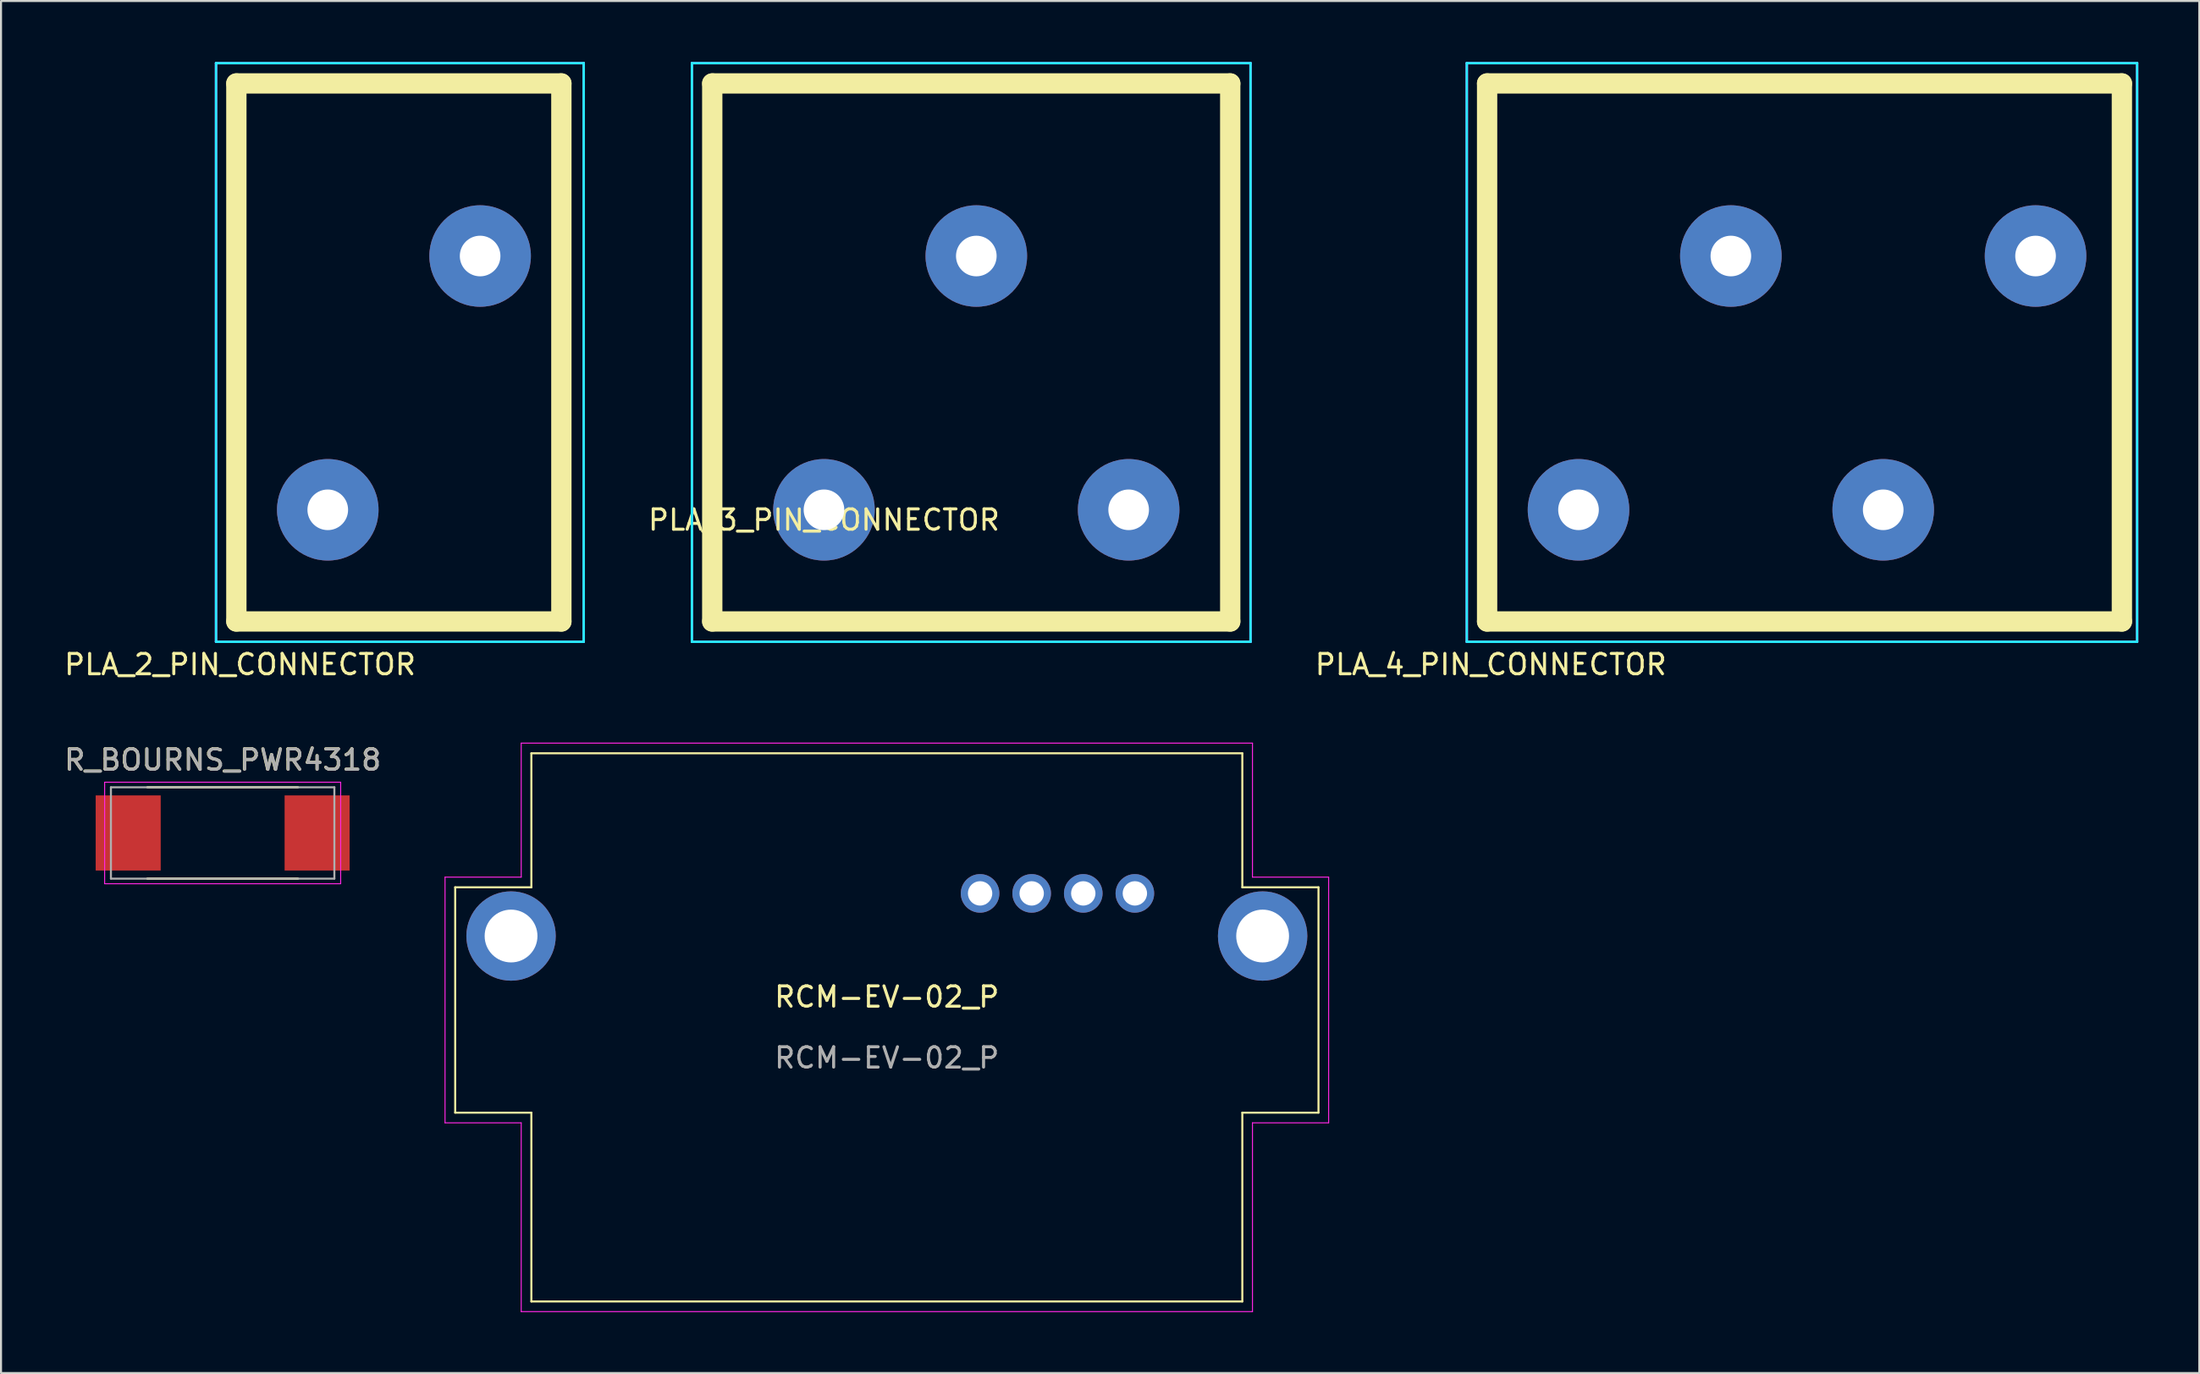
<source format=kicad_pcb>
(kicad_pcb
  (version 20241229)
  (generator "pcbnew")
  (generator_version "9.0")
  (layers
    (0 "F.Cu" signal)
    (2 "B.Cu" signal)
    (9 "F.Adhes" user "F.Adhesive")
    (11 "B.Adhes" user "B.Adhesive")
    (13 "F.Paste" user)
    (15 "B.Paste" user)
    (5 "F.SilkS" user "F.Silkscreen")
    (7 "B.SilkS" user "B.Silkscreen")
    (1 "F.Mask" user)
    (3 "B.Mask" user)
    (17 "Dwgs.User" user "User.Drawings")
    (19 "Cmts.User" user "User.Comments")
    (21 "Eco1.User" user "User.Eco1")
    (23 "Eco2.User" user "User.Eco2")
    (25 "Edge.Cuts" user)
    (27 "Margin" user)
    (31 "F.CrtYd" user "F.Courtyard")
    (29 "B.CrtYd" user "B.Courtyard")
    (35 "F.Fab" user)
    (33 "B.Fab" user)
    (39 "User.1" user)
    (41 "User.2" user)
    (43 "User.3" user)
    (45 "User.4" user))
  (footprint "RCM-EV-02_P"
    (layer "F.Cu")
    (at 40.609 47.553)
    (property "Reference" "RCM-EV-02_P" (at 0 -1.5 0) (unlocked yes) (layer "F.SilkS") (effects (font (size 1 1) (thickness 0.15))))
    (attr through_hole)
    (fp_line (start -21.25 -6.9) (end -17.5 -6.9) (stroke (width 0.1) (type default)) (layer "F.SilkS"))
    (fp_line (start -21.25 4.2) (end -21.25 -6.9) (stroke (width 0.1) (type default)) (layer "F.SilkS"))
    (fp_line (start -17.5 -13.5) (end 17.5 -13.5) (stroke (width 0.1) (type default)) (layer "F.SilkS"))
    (fp_line (start -17.5 -6.9) (end -17.5 -13.5) (stroke (width 0.1) (type default)) (layer "F.SilkS"))
    (fp_line (start -17.5 4.2) (end -21.25 4.2) (stroke (width 0.1) (type default)) (layer "F.SilkS"))
    (fp_line (start -17.5 13.5) (end -17.5 4.2) (stroke (width 0.1) (type default)) (layer "F.SilkS"))
    (fp_line (start 17.5 -13.5) (end 17.5 -6.9) (stroke (width 0.1) (type default)) (layer "F.SilkS"))
    (fp_line (start 17.5 -6.9) (end 21.25 -6.9) (stroke (width 0.1) (type default)) (layer "F.SilkS"))
    (fp_line (start 17.5 4.2) (end 17.5 13.5) (stroke (width 0.1) (type default)) (layer "F.SilkS"))
    (fp_line (start 17.5 13.5) (end -17.5 13.5) (stroke (width 0.1) (type default)) (layer "F.SilkS"))
    (fp_line (start 21.25 -6.9) (end 21.25 4.2) (stroke (width 0.1) (type default)) (layer "F.SilkS"))
    (fp_line (start 21.25 4.2) (end 17.5 4.2) (stroke (width 0.1) (type default)) (layer "F.SilkS"))
    (fp_line (start -21.75 -7.4) (end -18 -7.4) (stroke (width 0.05) (type default)) (layer "F.CrtYd"))
    (fp_line (start -21.75 4.7) (end -21.75 -7.4) (stroke (width 0.05) (type default)) (layer "F.CrtYd"))
    (fp_line (start -18 -14) (end 18 -14) (stroke (width 0.05) (type default)) (layer "F.CrtYd"))
    (fp_line (start -18 -7.4) (end -18 -14) (stroke (width 0.05) (type default)) (layer "F.CrtYd"))
    (fp_line (start -18 4.7) (end -21.75 4.7) (stroke (width 0.05) (type default)) (layer "F.CrtYd"))
    (fp_line (start -18 14) (end -18 4.7) (stroke (width 0.05) (type default)) (layer "F.CrtYd"))
    (fp_line (start 18 -14) (end 18 -7.4) (stroke (width 0.05) (type default)) (layer "F.CrtYd"))
    (fp_line (start 18 -7.4) (end 21.75 -7.4) (stroke (width 0.05) (type default)) (layer "F.CrtYd"))
    (fp_line (start 18 4.7) (end 18 14) (stroke (width 0.05) (type default)) (layer "F.CrtYd"))
    (fp_line (start 18 14) (end -18 14) (stroke (width 0.05) (type default)) (layer "F.CrtYd"))
    (fp_line (start 21.75 -7.4) (end 21.75 4.7) (stroke (width 0.05) (type default)) (layer "F.CrtYd"))
    (fp_line (start 21.75 4.7) (end 18 4.7) (stroke (width 0.05) (type default)) (layer "F.CrtYd"))
    (fp_text user "${REFERENCE}" (at 0 1.5 0) (unlocked yes) (layer "F.Fab") (effects (font (size 1 1) (thickness 0.15))))
    (pad "" np_thru_hole circle (at -18.5 -4.5 180) (size 4.4 4.4) (drill 2.6) (layers "*.Cu" "*.Mask"))
    (pad "" np_thru_hole circle (at 18.5 -4.5 180) (size 4.4 4.4) (drill 2.6) (layers "*.Cu" "*.Mask"))
    (pad "1" thru_hole circle (at 4.59 -6.6) (size 1.9 1.9) (drill 1.2) (layers "*.Cu" "*.Mask"))
    (pad "2" thru_hole circle (at 7.13 -6.6) (size 1.9 1.9) (drill 1.2) (layers "*.Cu" "*.Mask"))
    (pad "3" thru_hole circle (at 9.67 -6.6) (size 1.9 1.9) (drill 1.2) (layers "*.Cu" "*.Mask"))
    (pad "4" thru_hole circle (at 12.21 -6.6) (size 1.9 1.9) (drill 1.2) (layers "*.Cu" "*.Mask")))
  (footprint "PLA_3_PIN_CONNECTOR"
    (layer "F.Cu")
    (at 37.514 22.06)
    (property "Reference" "PLA_3_PIN_CONNECTOR" (at 0 0.5 0) (layer "F.SilkS") (effects (font (size 1 1) (thickness 0.15))))
    (attr through_hole)
    (fp_line (start -5.5 -21) (end 20 -21) (stroke (width 1) (type solid)) (layer "F.SilkS"))
    (fp_line (start -5.5 5.5) (end -5.5 -21) (stroke (width 1) (type solid)) (layer "F.SilkS"))
    (fp_line (start 20 -21) (end 20 5.5) (stroke (width 1) (type solid)) (layer "F.SilkS"))
    (fp_line (start 20 5.5) (end -5.5 5.5) (stroke (width 1) (type solid)) (layer "F.SilkS"))
    (fp_line (start -6.5 -22) (end -6.5 6.5) (stroke (width 0.12) (type solid)) (layer "B.CrtYd"))
    (fp_line (start -6.5 6.5) (end 21 6.5) (stroke (width 0.12) (type solid)) (layer "B.CrtYd"))
    (fp_line (start 21 -22) (end -6.5 -22) (stroke (width 0.12) (type solid)) (layer "B.CrtYd"))
    (fp_line (start 21 6.5) (end 21 -22) (stroke (width 0.12) (type solid)) (layer "B.CrtYd"))
    (fp_line (start -6.5 -22) (end -6.5 6.5) (stroke (width 0.12) (type solid)) (layer "F.CrtYd"))
    (fp_line (start -6.5 6.5) (end 21 6.5) (stroke (width 0.12) (type solid)) (layer "F.CrtYd"))
    (fp_line (start 21 -22) (end -6.5 -22) (stroke (width 0.12) (type solid)) (layer "F.CrtYd"))
    (fp_line (start 21 6.5) (end 21 -22) (stroke (width 0.12) (type solid)) (layer "F.CrtYd"))
    (pad "1" thru_hole circle (at 0 0) (size 5 5) (drill 2) (layers "*.Cu" "*.Mask"))
    (pad "2" thru_hole circle (at 7.5 -12.5) (size 5 5) (drill 2) (layers "*.Cu" "*.Mask"))
    (pad "3" thru_hole circle (at 15 0) (size 5 5) (drill 2) (layers "*.Cu" "*.Mask")))
  (footprint "R_BOURNS_PWR4318"
    (layer "F.Cu")
    (at 7.911 37.977)
    (property "Reference" "R_BOURNS_PWR4318" (at 0 -3.6 0) (layer "F.SilkS") (effects (font (size 1 1) (thickness 0.15))))
    (attr smd)
    (fp_line (start -3.7 -2.25) (end 3.7 -2.25) (stroke (width 0.12) (type solid)) (layer "F.SilkS"))
    (fp_line (start -3.7 2.25) (end 3.7 2.25) (stroke (width 0.12) (type solid)) (layer "F.SilkS"))
    (fp_line (start -5.81 -2.5) (end 5.81 -2.5) (stroke (width 0.05) (type solid)) (layer "F.CrtYd"))
    (fp_line (start -5.81 2.5) (end -5.81 -2.5) (stroke (width 0.05) (type solid)) (layer "F.CrtYd"))
    (fp_line (start 5.81 -2.5) (end 5.81 2.5) (stroke (width 0.05) (type solid)) (layer "F.CrtYd"))
    (fp_line (start 5.81 2.5) (end -5.81 2.5) (stroke (width 0.05) (type solid)) (layer "F.CrtYd"))
    (fp_line (start -5.5 -2.25) (end 5.5 -2.25) (stroke (width 0.1) (type solid)) (layer "F.Fab"))
    (fp_line (start -5.5 2.25) (end -5.5 -2.25) (stroke (width 0.1) (type solid)) (layer "F.Fab"))
    (fp_line (start 5.5 -2.25) (end 5.5 2.25) (stroke (width 0.1) (type solid)) (layer "F.Fab"))
    (fp_line (start 5.5 2.25) (end -5.5 2.25) (stroke (width 0.1) (type solid)) (layer "F.Fab"))
    (fp_text user "${REFERENCE}" (at 0.013 -3.594 0) (layer "F.Fab") (effects (font (size 1 1) (thickness 0.15))))
    (pad "1" smd rect (at -4.65 0) (size 3.2 3.7) (layers "F.Cu" "F.Mask" "F.Paste"))
    (pad "2" smd rect (at 4.65 0) (size 3.2 3.7) (layers "F.Cu" "F.Mask" "F.Paste")))
  (footprint "PLA_2_PIN_CONNECTOR"
    (layer "F.Cu")
    (at 13.086 22.06)
    (property "Reference" "PLA_2_PIN_CONNECTOR" (at -4.318 7.62 0) (layer "F.SilkS") (effects (font (size 1 1) (thickness 0.15))))
    (attr through_hole)
    (fp_line (start -4.5 -21) (end 11.5 -21) (stroke (width 1) (type solid)) (layer "F.SilkS"))
    (fp_line (start -4.5 5.5) (end -4.5 -21) (stroke (width 1) (type solid)) (layer "F.SilkS"))
    (fp_line (start 11.5 -21) (end 11.5 5.5) (stroke (width 1) (type solid)) (layer "F.SilkS"))
    (fp_line (start 11.5 5.5) (end -4.5 5.5) (stroke (width 1) (type solid)) (layer "F.SilkS"))
    (fp_line (start -5.5 -22) (end -5.5 6.5) (stroke (width 0.12) (type solid)) (layer "B.CrtYd"))
    (fp_line (start -5.5 6.5) (end 12.6 6.5) (stroke (width 0.12) (type solid)) (layer "B.CrtYd"))
    (fp_line (start 12.6 -22) (end -5.5 -22) (stroke (width 0.12) (type solid)) (layer "B.CrtYd"))
    (fp_line (start 12.6 6.5) (end 12.6 -22) (stroke (width 0.12) (type solid)) (layer "B.CrtYd"))
    (fp_line (start -5.5 -22) (end -5.5 6.5) (stroke (width 0.12) (type solid)) (layer "F.CrtYd"))
    (fp_line (start -5.5 6.5) (end 12.6 6.5) (stroke (width 0.12) (type solid)) (layer "F.CrtYd"))
    (fp_line (start 12.6 -22) (end -5.5 -22) (stroke (width 0.12) (type solid)) (layer "F.CrtYd"))
    (fp_line (start 12.6 6.5) (end 12.6 -22) (stroke (width 0.12) (type solid)) (layer "F.CrtYd"))
    (pad "1" thru_hole circle (at 0 0) (size 5 5) (drill 2) (layers "*.Cu" "*.Mask"))
    (pad "2" thru_hole circle (at 7.5 -12.5) (size 5 5) (drill 2) (layers "*.Cu" "*.Mask")))
  (footprint "PLA_4_PIN_CONNECTOR"
    (layer "F.Cu")
    (at 74.66 22.06)
    (property "Reference" "PLA_4_PIN_CONNECTOR" (at -4.318 7.62 0) (layer "F.SilkS") (effects (font (size 1 1) (thickness 0.15))))
    (attr through_hole)
    (fp_line (start -4.5 -21) (end 26.75 -21) (stroke (width 1) (type solid)) (layer "F.SilkS"))
    (fp_line (start -4.5 5.5) (end -4.5 -21) (stroke (width 1) (type solid)) (layer "F.SilkS"))
    (fp_line (start 26.75 -21) (end 26.75 5.5) (stroke (width 1) (type solid)) (layer "F.SilkS"))
    (fp_line (start 26.75 5.5) (end -4.5 5.5) (stroke (width 1) (type solid)) (layer "F.SilkS"))
    (fp_line (start -5.5 -22) (end -5.5 6.5) (stroke (width 0.12) (type solid)) (layer "B.CrtYd"))
    (fp_line (start -5.5 6.5) (end 27.5 6.5) (stroke (width 0.12) (type solid)) (layer "B.CrtYd"))
    (fp_line (start 27.5 -22) (end -5.5 -22) (stroke (width 0.12) (type solid)) (layer "B.CrtYd"))
    (fp_line (start 27.5 6.5) (end 27.5 -22) (stroke (width 0.12) (type solid)) (layer "B.CrtYd"))
    (fp_line (start -5.5 -22) (end -5.5 6.5) (stroke (width 0.12) (type solid)) (layer "F.CrtYd"))
    (fp_line (start -5.5 6.5) (end 27.5 6.5) (stroke (width 0.12) (type solid)) (layer "F.CrtYd"))
    (fp_line (start 27.5 -22) (end -5.5 -22) (stroke (width 0.12) (type solid)) (layer "F.CrtYd"))
    (fp_line (start 27.5 6.5) (end 27.5 -22) (stroke (width 0.12) (type solid)) (layer "F.CrtYd"))
    (pad "1" thru_hole circle (at 0 0) (size 5 5) (drill 2) (layers "*.Cu" "*.Mask"))
    (pad "2" thru_hole circle (at 7.5 -12.5) (size 5 5) (drill 2) (layers "*.Cu" "*.Mask"))
    (pad "3" thru_hole circle (at 15 0) (size 5 5) (drill 2) (layers "*.Cu" "*.Mask"))
    (pad "4" thru_hole circle (at 22.5 -12.5) (size 5 5) (drill 2) (layers "*.Cu" "*.Mask")))
  (gr_rect
    (start -3 -3)
    (end 105.22 64.578)
    (stroke (width 0.1) (type default))
    (fill no)
    (layer "Edge.Cuts")))
</source>
